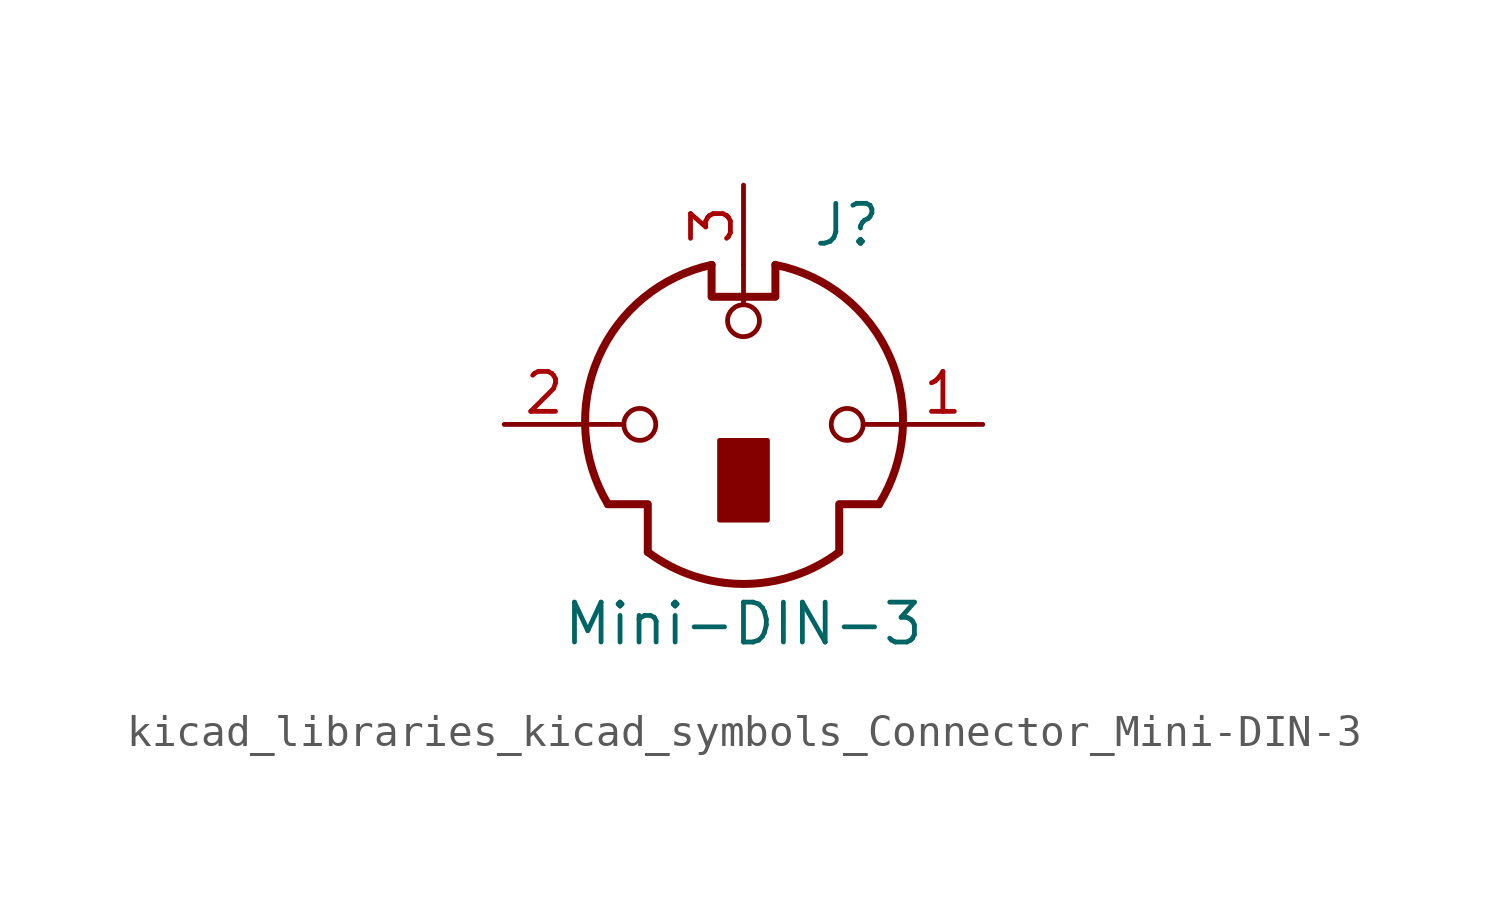
<source format=kicad_sym>
(kicad_symbol_lib
  (version 20220914)
  (generator kicad_symbol_editor)
  (symbol "kicad_libraries_kicad_symbols_Connector_Mini-DIN-3"
    (pin_names
      (offset 1.016))
    (property "Reference" "J"
      (at 3.302 6.35 0)
      (effects (font (size 1.27 1.27))))
    (property "Value" "Mini-DIN-3"
      (at 0 -6.35 0)
      (effects (font (size 1.27 1.27))))
    (symbol "kicad_libraries_kicad_symbols_Connector_Mini-DIN-3_0_1"
      (circle (center -3.302 0) (radius 0.508) (stroke (width 0) (type default)) (fill (type none)))
      (arc (start -3.048 -4.064) (mid 0 -5.08) (end 3.048 -4.064) (stroke (width 0.254) (type default)) (fill (type none)))
      (arc (start -1.016 5.08) (mid -4.6228 2.1214) (end -4.318 -2.54) (stroke (width 0.254) (type default)) (fill (type none)))
      (rectangle (start -0.762 -0.508) (end 0.762 -3.048) (stroke (width 0) (type default)) (fill (type outline)))
      (polyline (pts (xy -3.81 0) (xy -5.08 0)) (stroke (width 0) (type default)) (fill (type none)))
      (polyline (pts (xy 0 3.81) (xy 0 5.08)) (stroke (width 0) (type default)) (fill (type none)))
      (polyline (pts (xy 5.08 0) (xy 3.81 0)) (stroke (width 0) (type default)) (fill (type none)))
      (polyline (pts (xy -4.318 -2.54) (xy -3.048 -2.54) (xy -3.048 -4.064)) (stroke (width 0.254) (type default)) (fill (type none)))
      (polyline (pts (xy 4.318 -2.54) (xy 3.048 -2.54) (xy 3.048 -4.064)) (stroke (width 0.254) (type default)) (fill (type none)))
      (polyline (pts (xy -1.016 5.08) (xy -1.016 4.064) (xy 1.016 4.064) (xy 1.016 5.08)) (stroke (width 0.254) (type default)) (fill (type none)))
      (circle (center 0 3.302) (radius 0.508) (stroke (width 0) (type default)) (fill (type none)))
      (circle (center 3.302 0) (radius 0.508) (stroke (width 0) (type default)) (fill (type none)))
      (arc (start 4.318 -2.54) (mid 4.6661 2.1322) (end 1.016 5.08) (stroke (width 0.254) (type default)) (fill (type none))))
    (symbol "kicad_libraries_kicad_symbols_Connector_Mini-DIN-3_1_1"
      (pin passive line (at 7.62 0 180) (length 2.54) (name "~" (effects (font (size 1.27 1.27)))) (number "1" (effects (font (size 1.27 1.27)))))
      (pin passive line (at -7.62 0 0) (length 2.54) (name "~" (effects (font (size 1.27 1.27)))) (number "2" (effects (font (size 1.27 1.27)))))
      (pin passive line (at 0 7.62 270) (length 2.54) (name "~" (effects (font (size 1.27 1.27)))) (number "3" (effects (font (size 1.27 1.27))))))))
</source>
